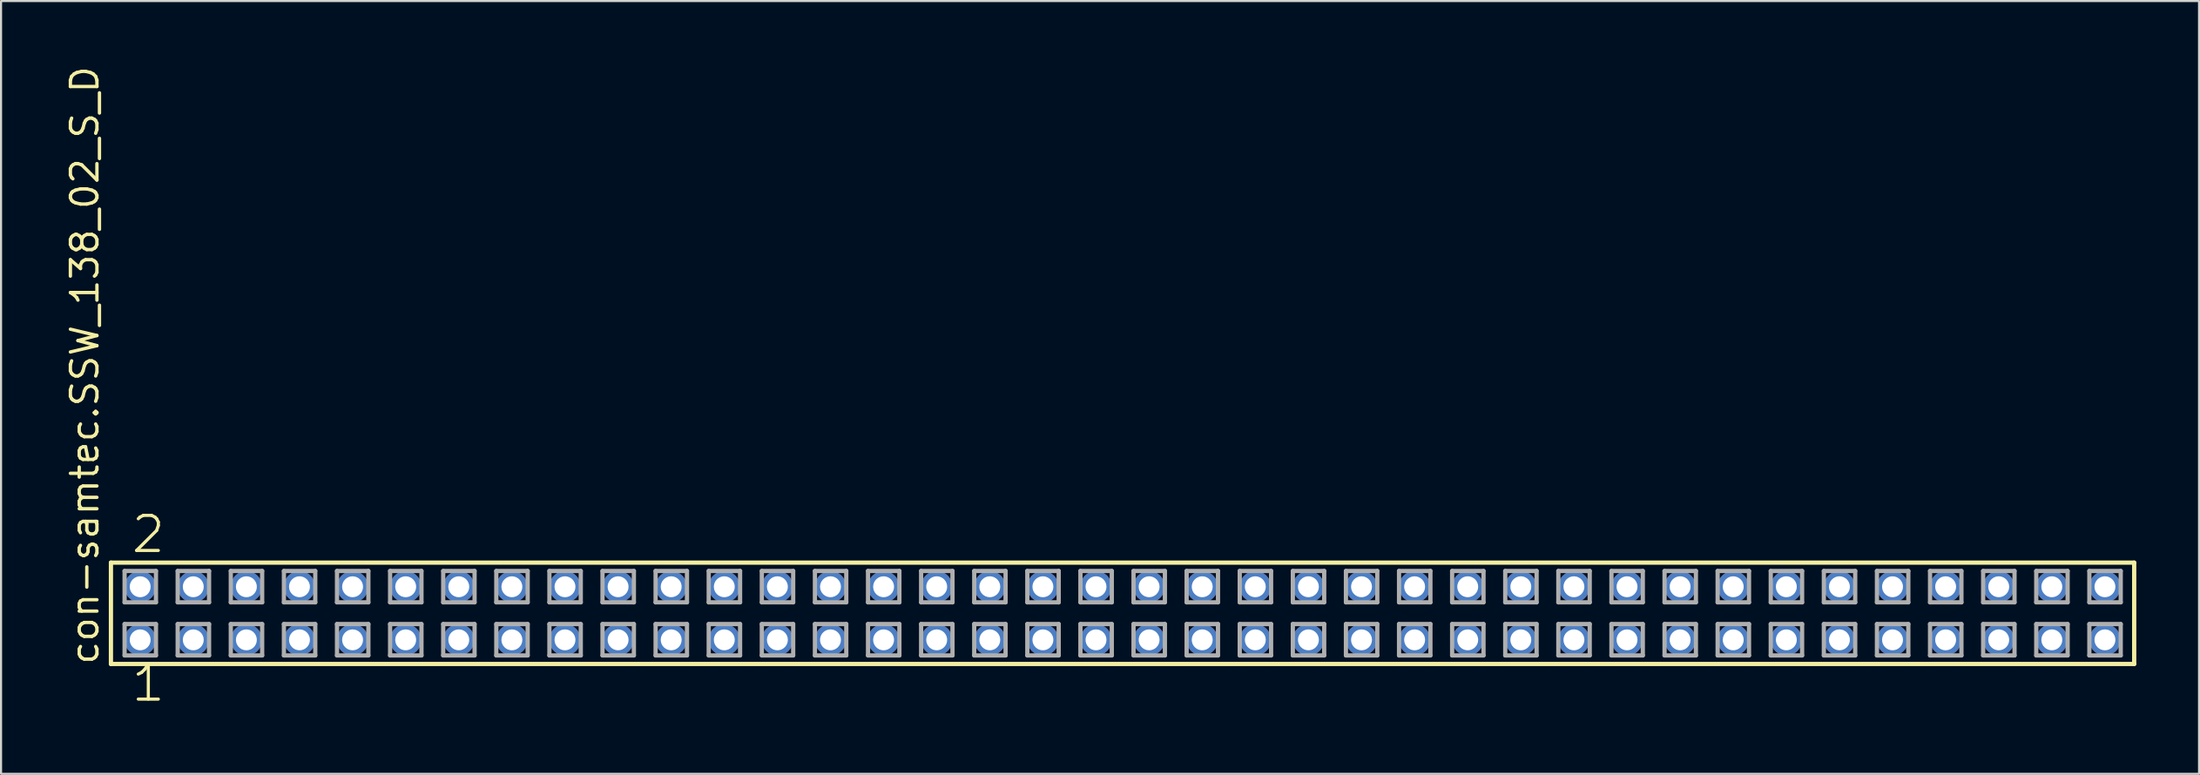
<source format=kicad_pcb>
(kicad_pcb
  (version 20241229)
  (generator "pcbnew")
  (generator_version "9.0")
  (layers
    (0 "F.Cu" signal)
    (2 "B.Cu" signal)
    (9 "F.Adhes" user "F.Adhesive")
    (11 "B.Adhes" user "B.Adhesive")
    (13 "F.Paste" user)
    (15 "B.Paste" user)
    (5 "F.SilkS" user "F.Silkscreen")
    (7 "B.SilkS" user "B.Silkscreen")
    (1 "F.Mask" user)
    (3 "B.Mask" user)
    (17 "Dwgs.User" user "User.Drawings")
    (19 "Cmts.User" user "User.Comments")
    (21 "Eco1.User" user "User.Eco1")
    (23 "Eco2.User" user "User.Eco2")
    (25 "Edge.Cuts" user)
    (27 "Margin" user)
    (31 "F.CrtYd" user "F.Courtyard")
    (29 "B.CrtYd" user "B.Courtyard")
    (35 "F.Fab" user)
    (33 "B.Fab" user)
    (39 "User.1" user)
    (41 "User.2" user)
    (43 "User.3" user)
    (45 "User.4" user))
  (footprint "con-samtec.SSW_138_02_S_D"
    (layer "F.Cu")
    (at 50.645 26.291)
    (property "Reference" "con-samtec.SSW_138_02_S_D" (at -48.895 2.54 90) (layer "F.SilkS") (effects (font (size 1.27 1.27) (thickness 0.16)) (justify left bottom)))
    (attr through_hole)
    (fp_line (start -48.389 -2.425) (end 48.389 -2.425) (stroke (width 0.203) (type default)) (layer "F.SilkS"))
    (fp_line (start -48.389 2.425) (end -48.389 -2.425) (stroke (width 0.203) (type default)) (layer "F.SilkS"))
    (fp_line (start 48.389 -2.425) (end 48.389 2.425) (stroke (width 0.203) (type default)) (layer "F.SilkS"))
    (fp_line (start 48.389 2.425) (end -48.389 2.425) (stroke (width 0.203) (type default)) (layer "F.SilkS"))
    (fp_line (start -47.735 -2.025) (end -46.235 -2.025) (stroke (width 0.203) (type default)) (layer "F.Fab"))
    (fp_line (start -47.735 -0.525) (end -47.735 -2.025) (stroke (width 0.203) (type default)) (layer "F.Fab"))
    (fp_line (start -47.735 0.515) (end -46.235 0.515) (stroke (width 0.203) (type default)) (layer "F.Fab"))
    (fp_line (start -47.735 2.015) (end -47.735 0.515) (stroke (width 0.203) (type default)) (layer "F.Fab"))
    (fp_line (start -46.235 -2.025) (end -46.235 -0.525) (stroke (width 0.203) (type default)) (layer "F.Fab"))
    (fp_line (start -46.235 -0.525) (end -47.735 -0.525) (stroke (width 0.203) (type default)) (layer "F.Fab"))
    (fp_line (start -46.235 0.515) (end -46.235 2.015) (stroke (width 0.203) (type default)) (layer "F.Fab"))
    (fp_line (start -46.235 2.015) (end -47.735 2.015) (stroke (width 0.203) (type default)) (layer "F.Fab"))
    (fp_line (start -45.195 -2.025) (end -43.695 -2.025) (stroke (width 0.203) (type default)) (layer "F.Fab"))
    (fp_line (start -45.195 -0.525) (end -45.195 -2.025) (stroke (width 0.203) (type default)) (layer "F.Fab"))
    (fp_line (start -45.195 0.515) (end -43.695 0.515) (stroke (width 0.203) (type default)) (layer "F.Fab"))
    (fp_line (start -45.195 2.015) (end -45.195 0.515) (stroke (width 0.203) (type default)) (layer "F.Fab"))
    (fp_line (start -43.695 -2.025) (end -43.695 -0.525) (stroke (width 0.203) (type default)) (layer "F.Fab"))
    (fp_line (start -43.695 -0.525) (end -45.195 -0.525) (stroke (width 0.203) (type default)) (layer "F.Fab"))
    (fp_line (start -43.695 0.515) (end -43.695 2.015) (stroke (width 0.203) (type default)) (layer "F.Fab"))
    (fp_line (start -43.695 2.015) (end -45.195 2.015) (stroke (width 0.203) (type default)) (layer "F.Fab"))
    (fp_line (start -42.655 -2.025) (end -41.155 -2.025) (stroke (width 0.203) (type default)) (layer "F.Fab"))
    (fp_line (start -42.655 -0.525) (end -42.655 -2.025) (stroke (width 0.203) (type default)) (layer "F.Fab"))
    (fp_line (start -42.655 0.515) (end -41.155 0.515) (stroke (width 0.203) (type default)) (layer "F.Fab"))
    (fp_line (start -42.655 2.015) (end -42.655 0.515) (stroke (width 0.203) (type default)) (layer "F.Fab"))
    (fp_line (start -41.155 -2.025) (end -41.155 -0.525) (stroke (width 0.203) (type default)) (layer "F.Fab"))
    (fp_line (start -41.155 -0.525) (end -42.655 -0.525) (stroke (width 0.203) (type default)) (layer "F.Fab"))
    (fp_line (start -41.155 0.515) (end -41.155 2.015) (stroke (width 0.203) (type default)) (layer "F.Fab"))
    (fp_line (start -41.155 2.015) (end -42.655 2.015) (stroke (width 0.203) (type default)) (layer "F.Fab"))
    (fp_line (start -40.115 -2.025) (end -38.615 -2.025) (stroke (width 0.203) (type default)) (layer "F.Fab"))
    (fp_line (start -40.115 -0.525) (end -40.115 -2.025) (stroke (width 0.203) (type default)) (layer "F.Fab"))
    (fp_line (start -40.115 0.515) (end -38.615 0.515) (stroke (width 0.203) (type default)) (layer "F.Fab"))
    (fp_line (start -40.115 2.015) (end -40.115 0.515) (stroke (width 0.203) (type default)) (layer "F.Fab"))
    (fp_line (start -38.615 -2.025) (end -38.615 -0.525) (stroke (width 0.203) (type default)) (layer "F.Fab"))
    (fp_line (start -38.615 -0.525) (end -40.115 -0.525) (stroke (width 0.203) (type default)) (layer "F.Fab"))
    (fp_line (start -38.615 0.515) (end -38.615 2.015) (stroke (width 0.203) (type default)) (layer "F.Fab"))
    (fp_line (start -38.615 2.015) (end -40.115 2.015) (stroke (width 0.203) (type default)) (layer "F.Fab"))
    (fp_line (start -37.575 -2.025) (end -36.075 -2.025) (stroke (width 0.203) (type default)) (layer "F.Fab"))
    (fp_line (start -37.575 -0.525) (end -37.575 -2.025) (stroke (width 0.203) (type default)) (layer "F.Fab"))
    (fp_line (start -37.575 0.515) (end -36.075 0.515) (stroke (width 0.203) (type default)) (layer "F.Fab"))
    (fp_line (start -37.575 2.015) (end -37.575 0.515) (stroke (width 0.203) (type default)) (layer "F.Fab"))
    (fp_line (start -36.075 -2.025) (end -36.075 -0.525) (stroke (width 0.203) (type default)) (layer "F.Fab"))
    (fp_line (start -36.075 -0.525) (end -37.575 -0.525) (stroke (width 0.203) (type default)) (layer "F.Fab"))
    (fp_line (start -36.075 0.515) (end -36.075 2.015) (stroke (width 0.203) (type default)) (layer "F.Fab"))
    (fp_line (start -36.075 2.015) (end -37.575 2.015) (stroke (width 0.203) (type default)) (layer "F.Fab"))
    (fp_line (start -35.035 -2.025) (end -33.535 -2.025) (stroke (width 0.203) (type default)) (layer "F.Fab"))
    (fp_line (start -35.035 -0.525) (end -35.035 -2.025) (stroke (width 0.203) (type default)) (layer "F.Fab"))
    (fp_line (start -35.035 0.515) (end -33.535 0.515) (stroke (width 0.203) (type default)) (layer "F.Fab"))
    (fp_line (start -35.035 2.015) (end -35.035 0.515) (stroke (width 0.203) (type default)) (layer "F.Fab"))
    (fp_line (start -33.535 -2.025) (end -33.535 -0.525) (stroke (width 0.203) (type default)) (layer "F.Fab"))
    (fp_line (start -33.535 -0.525) (end -35.035 -0.525) (stroke (width 0.203) (type default)) (layer "F.Fab"))
    (fp_line (start -33.535 0.515) (end -33.535 2.015) (stroke (width 0.203) (type default)) (layer "F.Fab"))
    (fp_line (start -33.535 2.015) (end -35.035 2.015) (stroke (width 0.203) (type default)) (layer "F.Fab"))
    (fp_line (start -32.495 -2.025) (end -30.995 -2.025) (stroke (width 0.203) (type default)) (layer "F.Fab"))
    (fp_line (start -32.495 -0.525) (end -32.495 -2.025) (stroke (width 0.203) (type default)) (layer "F.Fab"))
    (fp_line (start -32.495 0.515) (end -30.995 0.515) (stroke (width 0.203) (type default)) (layer "F.Fab"))
    (fp_line (start -32.495 2.015) (end -32.495 0.515) (stroke (width 0.203) (type default)) (layer "F.Fab"))
    (fp_line (start -30.995 -2.025) (end -30.995 -0.525) (stroke (width 0.203) (type default)) (layer "F.Fab"))
    (fp_line (start -30.995 -0.525) (end -32.495 -0.525) (stroke (width 0.203) (type default)) (layer "F.Fab"))
    (fp_line (start -30.995 0.515) (end -30.995 2.015) (stroke (width 0.203) (type default)) (layer "F.Fab"))
    (fp_line (start -30.995 2.015) (end -32.495 2.015) (stroke (width 0.203) (type default)) (layer "F.Fab"))
    (fp_line (start -29.955 -2.025) (end -28.455 -2.025) (stroke (width 0.203) (type default)) (layer "F.Fab"))
    (fp_line (start -29.955 -0.525) (end -29.955 -2.025) (stroke (width 0.203) (type default)) (layer "F.Fab"))
    (fp_line (start -29.955 0.515) (end -28.455 0.515) (stroke (width 0.203) (type default)) (layer "F.Fab"))
    (fp_line (start -29.955 2.015) (end -29.955 0.515) (stroke (width 0.203) (type default)) (layer "F.Fab"))
    (fp_line (start -28.455 -2.025) (end -28.455 -0.525) (stroke (width 0.203) (type default)) (layer "F.Fab"))
    (fp_line (start -28.455 -0.525) (end -29.955 -0.525) (stroke (width 0.203) (type default)) (layer "F.Fab"))
    (fp_line (start -28.455 0.515) (end -28.455 2.015) (stroke (width 0.203) (type default)) (layer "F.Fab"))
    (fp_line (start -28.455 2.015) (end -29.955 2.015) (stroke (width 0.203) (type default)) (layer "F.Fab"))
    (fp_line (start -27.415 -2.025) (end -25.915 -2.025) (stroke (width 0.203) (type default)) (layer "F.Fab"))
    (fp_line (start -27.415 -0.525) (end -27.415 -2.025) (stroke (width 0.203) (type default)) (layer "F.Fab"))
    (fp_line (start -27.415 0.515) (end -25.915 0.515) (stroke (width 0.203) (type default)) (layer "F.Fab"))
    (fp_line (start -27.415 2.015) (end -27.415 0.515) (stroke (width 0.203) (type default)) (layer "F.Fab"))
    (fp_line (start -25.915 -2.025) (end -25.915 -0.525) (stroke (width 0.203) (type default)) (layer "F.Fab"))
    (fp_line (start -25.915 -0.525) (end -27.415 -0.525) (stroke (width 0.203) (type default)) (layer "F.Fab"))
    (fp_line (start -25.915 0.515) (end -25.915 2.015) (stroke (width 0.203) (type default)) (layer "F.Fab"))
    (fp_line (start -25.915 2.015) (end -27.415 2.015) (stroke (width 0.203) (type default)) (layer "F.Fab"))
    (fp_line (start -24.875 -2.025) (end -23.375 -2.025) (stroke (width 0.203) (type default)) (layer "F.Fab"))
    (fp_line (start -24.875 -0.525) (end -24.875 -2.025) (stroke (width 0.203) (type default)) (layer "F.Fab"))
    (fp_line (start -24.875 0.515) (end -23.375 0.515) (stroke (width 0.203) (type default)) (layer "F.Fab"))
    (fp_line (start -24.875 2.015) (end -24.875 0.515) (stroke (width 0.203) (type default)) (layer "F.Fab"))
    (fp_line (start -23.375 -2.025) (end -23.375 -0.525) (stroke (width 0.203) (type default)) (layer "F.Fab"))
    (fp_line (start -23.375 -0.525) (end -24.875 -0.525) (stroke (width 0.203) (type default)) (layer "F.Fab"))
    (fp_line (start -23.375 0.515) (end -23.375 2.015) (stroke (width 0.203) (type default)) (layer "F.Fab"))
    (fp_line (start -23.375 2.015) (end -24.875 2.015) (stroke (width 0.203) (type default)) (layer "F.Fab"))
    (fp_line (start -22.335 -2.025) (end -20.835 -2.025) (stroke (width 0.203) (type default)) (layer "F.Fab"))
    (fp_line (start -22.335 -0.525) (end -22.335 -2.025) (stroke (width 0.203) (type default)) (layer "F.Fab"))
    (fp_line (start -22.335 0.515) (end -20.835 0.515) (stroke (width 0.203) (type default)) (layer "F.Fab"))
    (fp_line (start -22.335 2.015) (end -22.335 0.515) (stroke (width 0.203) (type default)) (layer "F.Fab"))
    (fp_line (start -20.835 -2.025) (end -20.835 -0.525) (stroke (width 0.203) (type default)) (layer "F.Fab"))
    (fp_line (start -20.835 -0.525) (end -22.335 -0.525) (stroke (width 0.203) (type default)) (layer "F.Fab"))
    (fp_line (start -20.835 0.515) (end -20.835 2.015) (stroke (width 0.203) (type default)) (layer "F.Fab"))
    (fp_line (start -20.835 2.015) (end -22.335 2.015) (stroke (width 0.203) (type default)) (layer "F.Fab"))
    (fp_line (start -19.795 -2.025) (end -18.295 -2.025) (stroke (width 0.203) (type default)) (layer "F.Fab"))
    (fp_line (start -19.795 -0.525) (end -19.795 -2.025) (stroke (width 0.203) (type default)) (layer "F.Fab"))
    (fp_line (start -19.795 0.515) (end -18.295 0.515) (stroke (width 0.203) (type default)) (layer "F.Fab"))
    (fp_line (start -19.795 2.015) (end -19.795 0.515) (stroke (width 0.203) (type default)) (layer "F.Fab"))
    (fp_line (start -18.295 -2.025) (end -18.295 -0.525) (stroke (width 0.203) (type default)) (layer "F.Fab"))
    (fp_line (start -18.295 -0.525) (end -19.795 -0.525) (stroke (width 0.203) (type default)) (layer "F.Fab"))
    (fp_line (start -18.295 0.515) (end -18.295 2.015) (stroke (width 0.203) (type default)) (layer "F.Fab"))
    (fp_line (start -18.295 2.015) (end -19.795 2.015) (stroke (width 0.203) (type default)) (layer "F.Fab"))
    (fp_line (start -17.255 -2.025) (end -15.755 -2.025) (stroke (width 0.203) (type default)) (layer "F.Fab"))
    (fp_line (start -17.255 -0.525) (end -17.255 -2.025) (stroke (width 0.203) (type default)) (layer "F.Fab"))
    (fp_line (start -17.255 0.515) (end -15.755 0.515) (stroke (width 0.203) (type default)) (layer "F.Fab"))
    (fp_line (start -17.255 2.015) (end -17.255 0.515) (stroke (width 0.203) (type default)) (layer "F.Fab"))
    (fp_line (start -15.755 -2.025) (end -15.755 -0.525) (stroke (width 0.203) (type default)) (layer "F.Fab"))
    (fp_line (start -15.755 -0.525) (end -17.255 -0.525) (stroke (width 0.203) (type default)) (layer "F.Fab"))
    (fp_line (start -15.755 0.515) (end -15.755 2.015) (stroke (width 0.203) (type default)) (layer "F.Fab"))
    (fp_line (start -15.755 2.015) (end -17.255 2.015) (stroke (width 0.203) (type default)) (layer "F.Fab"))
    (fp_line (start -14.715 -2.025) (end -13.215 -2.025) (stroke (width 0.203) (type default)) (layer "F.Fab"))
    (fp_line (start -14.715 -0.525) (end -14.715 -2.025) (stroke (width 0.203) (type default)) (layer "F.Fab"))
    (fp_line (start -14.715 0.515) (end -13.215 0.515) (stroke (width 0.203) (type default)) (layer "F.Fab"))
    (fp_line (start -14.715 2.015) (end -14.715 0.515) (stroke (width 0.203) (type default)) (layer "F.Fab"))
    (fp_line (start -13.215 -2.025) (end -13.215 -0.525) (stroke (width 0.203) (type default)) (layer "F.Fab"))
    (fp_line (start -13.215 -0.525) (end -14.715 -0.525) (stroke (width 0.203) (type default)) (layer "F.Fab"))
    (fp_line (start -13.215 0.515) (end -13.215 2.015) (stroke (width 0.203) (type default)) (layer "F.Fab"))
    (fp_line (start -13.215 2.015) (end -14.715 2.015) (stroke (width 0.203) (type default)) (layer "F.Fab"))
    (fp_line (start -12.175 -2.025) (end -10.675 -2.025) (stroke (width 0.203) (type default)) (layer "F.Fab"))
    (fp_line (start -12.175 -0.525) (end -12.175 -2.025) (stroke (width 0.203) (type default)) (layer "F.Fab"))
    (fp_line (start -12.175 0.515) (end -10.675 0.515) (stroke (width 0.203) (type default)) (layer "F.Fab"))
    (fp_line (start -12.175 2.015) (end -12.175 0.515) (stroke (width 0.203) (type default)) (layer "F.Fab"))
    (fp_line (start -10.675 -2.025) (end -10.675 -0.525) (stroke (width 0.203) (type default)) (layer "F.Fab"))
    (fp_line (start -10.675 -0.525) (end -12.175 -0.525) (stroke (width 0.203) (type default)) (layer "F.Fab"))
    (fp_line (start -10.675 0.515) (end -10.675 2.015) (stroke (width 0.203) (type default)) (layer "F.Fab"))
    (fp_line (start -10.675 2.015) (end -12.175 2.015) (stroke (width 0.203) (type default)) (layer "F.Fab"))
    (fp_line (start -9.635 -2.025) (end -8.135 -2.025) (stroke (width 0.203) (type default)) (layer "F.Fab"))
    (fp_line (start -9.635 -0.525) (end -9.635 -2.025) (stroke (width 0.203) (type default)) (layer "F.Fab"))
    (fp_line (start -9.635 0.515) (end -8.135 0.515) (stroke (width 0.203) (type default)) (layer "F.Fab"))
    (fp_line (start -9.635 2.015) (end -9.635 0.515) (stroke (width 0.203) (type default)) (layer "F.Fab"))
    (fp_line (start -8.135 -2.025) (end -8.135 -0.525) (stroke (width 0.203) (type default)) (layer "F.Fab"))
    (fp_line (start -8.135 -0.525) (end -9.635 -0.525) (stroke (width 0.203) (type default)) (layer "F.Fab"))
    (fp_line (start -8.135 0.515) (end -8.135 2.015) (stroke (width 0.203) (type default)) (layer "F.Fab"))
    (fp_line (start -8.135 2.015) (end -9.635 2.015) (stroke (width 0.203) (type default)) (layer "F.Fab"))
    (fp_line (start -7.095 -2.025) (end -5.595 -2.025) (stroke (width 0.203) (type default)) (layer "F.Fab"))
    (fp_line (start -7.095 -0.525) (end -7.095 -2.025) (stroke (width 0.203) (type default)) (layer "F.Fab"))
    (fp_line (start -7.095 0.515) (end -5.595 0.515) (stroke (width 0.203) (type default)) (layer "F.Fab"))
    (fp_line (start -7.095 2.015) (end -7.095 0.515) (stroke (width 0.203) (type default)) (layer "F.Fab"))
    (fp_line (start -5.595 -2.025) (end -5.595 -0.525) (stroke (width 0.203) (type default)) (layer "F.Fab"))
    (fp_line (start -5.595 -0.525) (end -7.095 -0.525) (stroke (width 0.203) (type default)) (layer "F.Fab"))
    (fp_line (start -5.595 0.515) (end -5.595 2.015) (stroke (width 0.203) (type default)) (layer "F.Fab"))
    (fp_line (start -5.595 2.015) (end -7.095 2.015) (stroke (width 0.203) (type default)) (layer "F.Fab"))
    (fp_line (start -4.555 -2.025) (end -3.055 -2.025) (stroke (width 0.203) (type default)) (layer "F.Fab"))
    (fp_line (start -4.555 -0.525) (end -4.555 -2.025) (stroke (width 0.203) (type default)) (layer "F.Fab"))
    (fp_line (start -4.555 0.515) (end -3.055 0.515) (stroke (width 0.203) (type default)) (layer "F.Fab"))
    (fp_line (start -4.555 2.015) (end -4.555 0.515) (stroke (width 0.203) (type default)) (layer "F.Fab"))
    (fp_line (start -3.055 -2.025) (end -3.055 -0.525) (stroke (width 0.203) (type default)) (layer "F.Fab"))
    (fp_line (start -3.055 -0.525) (end -4.555 -0.525) (stroke (width 0.203) (type default)) (layer "F.Fab"))
    (fp_line (start -3.055 0.515) (end -3.055 2.015) (stroke (width 0.203) (type default)) (layer "F.Fab"))
    (fp_line (start -3.055 2.015) (end -4.555 2.015) (stroke (width 0.203) (type default)) (layer "F.Fab"))
    (fp_line (start -2.015 -2.025) (end -0.515 -2.025) (stroke (width 0.203) (type default)) (layer "F.Fab"))
    (fp_line (start -2.015 -0.525) (end -2.015 -2.025) (stroke (width 0.203) (type default)) (layer "F.Fab"))
    (fp_line (start -2.015 0.515) (end -0.515 0.515) (stroke (width 0.203) (type default)) (layer "F.Fab"))
    (fp_line (start -2.015 2.015) (end -2.015 0.515) (stroke (width 0.203) (type default)) (layer "F.Fab"))
    (fp_line (start -0.515 -2.025) (end -0.515 -0.525) (stroke (width 0.203) (type default)) (layer "F.Fab"))
    (fp_line (start -0.515 -0.525) (end -2.015 -0.525) (stroke (width 0.203) (type default)) (layer "F.Fab"))
    (fp_line (start -0.515 0.515) (end -0.515 2.015) (stroke (width 0.203) (type default)) (layer "F.Fab"))
    (fp_line (start -0.515 2.015) (end -2.015 2.015) (stroke (width 0.203) (type default)) (layer "F.Fab"))
    (fp_line (start 0.525 -2.025) (end 2.025 -2.025) (stroke (width 0.203) (type default)) (layer "F.Fab"))
    (fp_line (start 0.525 -0.525) (end 0.525 -2.025) (stroke (width 0.203) (type default)) (layer "F.Fab"))
    (fp_line (start 0.525 0.515) (end 2.025 0.515) (stroke (width 0.203) (type default)) (layer "F.Fab"))
    (fp_line (start 0.525 2.015) (end 0.525 0.515) (stroke (width 0.203) (type default)) (layer "F.Fab"))
    (fp_line (start 2.025 -2.025) (end 2.025 -0.525) (stroke (width 0.203) (type default)) (layer "F.Fab"))
    (fp_line (start 2.025 -0.525) (end 0.525 -0.525) (stroke (width 0.203) (type default)) (layer "F.Fab"))
    (fp_line (start 2.025 0.515) (end 2.025 2.015) (stroke (width 0.203) (type default)) (layer "F.Fab"))
    (fp_line (start 2.025 2.015) (end 0.525 2.015) (stroke (width 0.203) (type default)) (layer "F.Fab"))
    (fp_line (start 3.065 -2.025) (end 4.565 -2.025) (stroke (width 0.203) (type default)) (layer "F.Fab"))
    (fp_line (start 3.065 -0.525) (end 3.065 -2.025) (stroke (width 0.203) (type default)) (layer "F.Fab"))
    (fp_line (start 3.065 0.515) (end 4.565 0.515) (stroke (width 0.203) (type default)) (layer "F.Fab"))
    (fp_line (start 3.065 2.015) (end 3.065 0.515) (stroke (width 0.203) (type default)) (layer "F.Fab"))
    (fp_line (start 4.565 -2.025) (end 4.565 -0.525) (stroke (width 0.203) (type default)) (layer "F.Fab"))
    (fp_line (start 4.565 -0.525) (end 3.065 -0.525) (stroke (width 0.203) (type default)) (layer "F.Fab"))
    (fp_line (start 4.565 0.515) (end 4.565 2.015) (stroke (width 0.203) (type default)) (layer "F.Fab"))
    (fp_line (start 4.565 2.015) (end 3.065 2.015) (stroke (width 0.203) (type default)) (layer "F.Fab"))
    (fp_line (start 5.605 -2.025) (end 7.105 -2.025) (stroke (width 0.203) (type default)) (layer "F.Fab"))
    (fp_line (start 5.605 -0.525) (end 5.605 -2.025) (stroke (width 0.203) (type default)) (layer "F.Fab"))
    (fp_line (start 5.605 0.515) (end 7.105 0.515) (stroke (width 0.203) (type default)) (layer "F.Fab"))
    (fp_line (start 5.605 2.015) (end 5.605 0.515) (stroke (width 0.203) (type default)) (layer "F.Fab"))
    (fp_line (start 7.105 -2.025) (end 7.105 -0.525) (stroke (width 0.203) (type default)) (layer "F.Fab"))
    (fp_line (start 7.105 -0.525) (end 5.605 -0.525) (stroke (width 0.203) (type default)) (layer "F.Fab"))
    (fp_line (start 7.105 0.515) (end 7.105 2.015) (stroke (width 0.203) (type default)) (layer "F.Fab"))
    (fp_line (start 7.105 2.015) (end 5.605 2.015) (stroke (width 0.203) (type default)) (layer "F.Fab"))
    (fp_line (start 8.145 -2.025) (end 9.645 -2.025) (stroke (width 0.203) (type default)) (layer "F.Fab"))
    (fp_line (start 8.145 -0.525) (end 8.145 -2.025) (stroke (width 0.203) (type default)) (layer "F.Fab"))
    (fp_line (start 8.145 0.515) (end 9.645 0.515) (stroke (width 0.203) (type default)) (layer "F.Fab"))
    (fp_line (start 8.145 2.015) (end 8.145 0.515) (stroke (width 0.203) (type default)) (layer "F.Fab"))
    (fp_line (start 9.645 -2.025) (end 9.645 -0.525) (stroke (width 0.203) (type default)) (layer "F.Fab"))
    (fp_line (start 9.645 -0.525) (end 8.145 -0.525) (stroke (width 0.203) (type default)) (layer "F.Fab"))
    (fp_line (start 9.645 0.515) (end 9.645 2.015) (stroke (width 0.203) (type default)) (layer "F.Fab"))
    (fp_line (start 9.645 2.015) (end 8.145 2.015) (stroke (width 0.203) (type default)) (layer "F.Fab"))
    (fp_line (start 10.685 -2.025) (end 12.185 -2.025) (stroke (width 0.203) (type default)) (layer "F.Fab"))
    (fp_line (start 10.685 -0.525) (end 10.685 -2.025) (stroke (width 0.203) (type default)) (layer "F.Fab"))
    (fp_line (start 10.685 0.515) (end 12.185 0.515) (stroke (width 0.203) (type default)) (layer "F.Fab"))
    (fp_line (start 10.685 2.015) (end 10.685 0.515) (stroke (width 0.203) (type default)) (layer "F.Fab"))
    (fp_line (start 12.185 -2.025) (end 12.185 -0.525) (stroke (width 0.203) (type default)) (layer "F.Fab"))
    (fp_line (start 12.185 -0.525) (end 10.685 -0.525) (stroke (width 0.203) (type default)) (layer "F.Fab"))
    (fp_line (start 12.185 0.515) (end 12.185 2.015) (stroke (width 0.203) (type default)) (layer "F.Fab"))
    (fp_line (start 12.185 2.015) (end 10.685 2.015) (stroke (width 0.203) (type default)) (layer "F.Fab"))
    (fp_line (start 13.225 -2.025) (end 14.725 -2.025) (stroke (width 0.203) (type default)) (layer "F.Fab"))
    (fp_line (start 13.225 -0.525) (end 13.225 -2.025) (stroke (width 0.203) (type default)) (layer "F.Fab"))
    (fp_line (start 13.225 0.515) (end 14.725 0.515) (stroke (width 0.203) (type default)) (layer "F.Fab"))
    (fp_line (start 13.225 2.015) (end 13.225 0.515) (stroke (width 0.203) (type default)) (layer "F.Fab"))
    (fp_line (start 14.725 -2.025) (end 14.725 -0.525) (stroke (width 0.203) (type default)) (layer "F.Fab"))
    (fp_line (start 14.725 -0.525) (end 13.225 -0.525) (stroke (width 0.203) (type default)) (layer "F.Fab"))
    (fp_line (start 14.725 0.515) (end 14.725 2.015) (stroke (width 0.203) (type default)) (layer "F.Fab"))
    (fp_line (start 14.725 2.015) (end 13.225 2.015) (stroke (width 0.203) (type default)) (layer "F.Fab"))
    (fp_line (start 15.765 -2.025) (end 17.265 -2.025) (stroke (width 0.203) (type default)) (layer "F.Fab"))
    (fp_line (start 15.765 -0.525) (end 15.765 -2.025) (stroke (width 0.203) (type default)) (layer "F.Fab"))
    (fp_line (start 15.765 0.515) (end 17.265 0.515) (stroke (width 0.203) (type default)) (layer "F.Fab"))
    (fp_line (start 15.765 2.015) (end 15.765 0.515) (stroke (width 0.203) (type default)) (layer "F.Fab"))
    (fp_line (start 17.265 -2.025) (end 17.265 -0.525) (stroke (width 0.203) (type default)) (layer "F.Fab"))
    (fp_line (start 17.265 -0.525) (end 15.765 -0.525) (stroke (width 0.203) (type default)) (layer "F.Fab"))
    (fp_line (start 17.265 0.515) (end 17.265 2.015) (stroke (width 0.203) (type default)) (layer "F.Fab"))
    (fp_line (start 17.265 2.015) (end 15.765 2.015) (stroke (width 0.203) (type default)) (layer "F.Fab"))
    (fp_line (start 18.305 -2.025) (end 19.805 -2.025) (stroke (width 0.203) (type default)) (layer "F.Fab"))
    (fp_line (start 18.305 -0.525) (end 18.305 -2.025) (stroke (width 0.203) (type default)) (layer "F.Fab"))
    (fp_line (start 18.305 0.515) (end 19.805 0.515) (stroke (width 0.203) (type default)) (layer "F.Fab"))
    (fp_line (start 18.305 2.015) (end 18.305 0.515) (stroke (width 0.203) (type default)) (layer "F.Fab"))
    (fp_line (start 19.805 -2.025) (end 19.805 -0.525) (stroke (width 0.203) (type default)) (layer "F.Fab"))
    (fp_line (start 19.805 -0.525) (end 18.305 -0.525) (stroke (width 0.203) (type default)) (layer "F.Fab"))
    (fp_line (start 19.805 0.515) (end 19.805 2.015) (stroke (width 0.203) (type default)) (layer "F.Fab"))
    (fp_line (start 19.805 2.015) (end 18.305 2.015) (stroke (width 0.203) (type default)) (layer "F.Fab"))
    (fp_line (start 20.845 -2.025) (end 22.345 -2.025) (stroke (width 0.203) (type default)) (layer "F.Fab"))
    (fp_line (start 20.845 -0.525) (end 20.845 -2.025) (stroke (width 0.203) (type default)) (layer "F.Fab"))
    (fp_line (start 20.845 0.515) (end 22.345 0.515) (stroke (width 0.203) (type default)) (layer "F.Fab"))
    (fp_line (start 20.845 2.015) (end 20.845 0.515) (stroke (width 0.203) (type default)) (layer "F.Fab"))
    (fp_line (start 22.345 -2.025) (end 22.345 -0.525) (stroke (width 0.203) (type default)) (layer "F.Fab"))
    (fp_line (start 22.345 -0.525) (end 20.845 -0.525) (stroke (width 0.203) (type default)) (layer "F.Fab"))
    (fp_line (start 22.345 0.515) (end 22.345 2.015) (stroke (width 0.203) (type default)) (layer "F.Fab"))
    (fp_line (start 22.345 2.015) (end 20.845 2.015) (stroke (width 0.203) (type default)) (layer "F.Fab"))
    (fp_line (start 23.385 -2.025) (end 24.885 -2.025) (stroke (width 0.203) (type default)) (layer "F.Fab"))
    (fp_line (start 23.385 -0.525) (end 23.385 -2.025) (stroke (width 0.203) (type default)) (layer "F.Fab"))
    (fp_line (start 23.385 0.515) (end 24.885 0.515) (stroke (width 0.203) (type default)) (layer "F.Fab"))
    (fp_line (start 23.385 2.015) (end 23.385 0.515) (stroke (width 0.203) (type default)) (layer "F.Fab"))
    (fp_line (start 24.885 -2.025) (end 24.885 -0.525) (stroke (width 0.203) (type default)) (layer "F.Fab"))
    (fp_line (start 24.885 -0.525) (end 23.385 -0.525) (stroke (width 0.203) (type default)) (layer "F.Fab"))
    (fp_line (start 24.885 0.515) (end 24.885 2.015) (stroke (width 0.203) (type default)) (layer "F.Fab"))
    (fp_line (start 24.885 2.015) (end 23.385 2.015) (stroke (width 0.203) (type default)) (layer "F.Fab"))
    (fp_line (start 25.925 -2.025) (end 27.425 -2.025) (stroke (width 0.203) (type default)) (layer "F.Fab"))
    (fp_line (start 25.925 -0.525) (end 25.925 -2.025) (stroke (width 0.203) (type default)) (layer "F.Fab"))
    (fp_line (start 25.925 0.515) (end 27.425 0.515) (stroke (width 0.203) (type default)) (layer "F.Fab"))
    (fp_line (start 25.925 2.015) (end 25.925 0.515) (stroke (width 0.203) (type default)) (layer "F.Fab"))
    (fp_line (start 27.425 -2.025) (end 27.425 -0.525) (stroke (width 0.203) (type default)) (layer "F.Fab"))
    (fp_line (start 27.425 -0.525) (end 25.925 -0.525) (stroke (width 0.203) (type default)) (layer "F.Fab"))
    (fp_line (start 27.425 0.515) (end 27.425 2.015) (stroke (width 0.203) (type default)) (layer "F.Fab"))
    (fp_line (start 27.425 2.015) (end 25.925 2.015) (stroke (width 0.203) (type default)) (layer "F.Fab"))
    (fp_line (start 28.465 -2.025) (end 29.965 -2.025) (stroke (width 0.203) (type default)) (layer "F.Fab"))
    (fp_line (start 28.465 -0.525) (end 28.465 -2.025) (stroke (width 0.203) (type default)) (layer "F.Fab"))
    (fp_line (start 28.465 0.515) (end 29.965 0.515) (stroke (width 0.203) (type default)) (layer "F.Fab"))
    (fp_line (start 28.465 2.015) (end 28.465 0.515) (stroke (width 0.203) (type default)) (layer "F.Fab"))
    (fp_line (start 29.965 -2.025) (end 29.965 -0.525) (stroke (width 0.203) (type default)) (layer "F.Fab"))
    (fp_line (start 29.965 -0.525) (end 28.465 -0.525) (stroke (width 0.203) (type default)) (layer "F.Fab"))
    (fp_line (start 29.965 0.515) (end 29.965 2.015) (stroke (width 0.203) (type default)) (layer "F.Fab"))
    (fp_line (start 29.965 2.015) (end 28.465 2.015) (stroke (width 0.203) (type default)) (layer "F.Fab"))
    (fp_line (start 31.005 -2.025) (end 32.505 -2.025) (stroke (width 0.203) (type default)) (layer "F.Fab"))
    (fp_line (start 31.005 -0.525) (end 31.005 -2.025) (stroke (width 0.203) (type default)) (layer "F.Fab"))
    (fp_line (start 31.005 0.515) (end 32.505 0.515) (stroke (width 0.203) (type default)) (layer "F.Fab"))
    (fp_line (start 31.005 2.015) (end 31.005 0.515) (stroke (width 0.203) (type default)) (layer "F.Fab"))
    (fp_line (start 32.505 -2.025) (end 32.505 -0.525) (stroke (width 0.203) (type default)) (layer "F.Fab"))
    (fp_line (start 32.505 -0.525) (end 31.005 -0.525) (stroke (width 0.203) (type default)) (layer "F.Fab"))
    (fp_line (start 32.505 0.515) (end 32.505 2.015) (stroke (width 0.203) (type default)) (layer "F.Fab"))
    (fp_line (start 32.505 2.015) (end 31.005 2.015) (stroke (width 0.203) (type default)) (layer "F.Fab"))
    (fp_line (start 33.545 -2.025) (end 35.045 -2.025) (stroke (width 0.203) (type default)) (layer "F.Fab"))
    (fp_line (start 33.545 -0.525) (end 33.545 -2.025) (stroke (width 0.203) (type default)) (layer "F.Fab"))
    (fp_line (start 33.545 0.515) (end 35.045 0.515) (stroke (width 0.203) (type default)) (layer "F.Fab"))
    (fp_line (start 33.545 2.015) (end 33.545 0.515) (stroke (width 0.203) (type default)) (layer "F.Fab"))
    (fp_line (start 35.045 -2.025) (end 35.045 -0.525) (stroke (width 0.203) (type default)) (layer "F.Fab"))
    (fp_line (start 35.045 -0.525) (end 33.545 -0.525) (stroke (width 0.203) (type default)) (layer "F.Fab"))
    (fp_line (start 35.045 0.515) (end 35.045 2.015) (stroke (width 0.203) (type default)) (layer "F.Fab"))
    (fp_line (start 35.045 2.015) (end 33.545 2.015) (stroke (width 0.203) (type default)) (layer "F.Fab"))
    (fp_line (start 36.085 -2.025) (end 37.585 -2.025) (stroke (width 0.203) (type default)) (layer "F.Fab"))
    (fp_line (start 36.085 -0.525) (end 36.085 -2.025) (stroke (width 0.203) (type default)) (layer "F.Fab"))
    (fp_line (start 36.085 0.515) (end 37.585 0.515) (stroke (width 0.203) (type default)) (layer "F.Fab"))
    (fp_line (start 36.085 2.015) (end 36.085 0.515) (stroke (width 0.203) (type default)) (layer "F.Fab"))
    (fp_line (start 37.585 -2.025) (end 37.585 -0.525) (stroke (width 0.203) (type default)) (layer "F.Fab"))
    (fp_line (start 37.585 -0.525) (end 36.085 -0.525) (stroke (width 0.203) (type default)) (layer "F.Fab"))
    (fp_line (start 37.585 0.515) (end 37.585 2.015) (stroke (width 0.203) (type default)) (layer "F.Fab"))
    (fp_line (start 37.585 2.015) (end 36.085 2.015) (stroke (width 0.203) (type default)) (layer "F.Fab"))
    (fp_line (start 38.625 -2.025) (end 40.125 -2.025) (stroke (width 0.203) (type default)) (layer "F.Fab"))
    (fp_line (start 38.625 -0.525) (end 38.625 -2.025) (stroke (width 0.203) (type default)) (layer "F.Fab"))
    (fp_line (start 38.625 0.515) (end 40.125 0.515) (stroke (width 0.203) (type default)) (layer "F.Fab"))
    (fp_line (start 38.625 2.015) (end 38.625 0.515) (stroke (width 0.203) (type default)) (layer "F.Fab"))
    (fp_line (start 40.125 -2.025) (end 40.125 -0.525) (stroke (width 0.203) (type default)) (layer "F.Fab"))
    (fp_line (start 40.125 -0.525) (end 38.625 -0.525) (stroke (width 0.203) (type default)) (layer "F.Fab"))
    (fp_line (start 40.125 0.515) (end 40.125 2.015) (stroke (width 0.203) (type default)) (layer "F.Fab"))
    (fp_line (start 40.125 2.015) (end 38.625 2.015) (stroke (width 0.203) (type default)) (layer "F.Fab"))
    (fp_line (start 41.165 -2.025) (end 42.665 -2.025) (stroke (width 0.203) (type default)) (layer "F.Fab"))
    (fp_line (start 41.165 -0.525) (end 41.165 -2.025) (stroke (width 0.203) (type default)) (layer "F.Fab"))
    (fp_line (start 41.165 0.515) (end 42.665 0.515) (stroke (width 0.203) (type default)) (layer "F.Fab"))
    (fp_line (start 41.165 2.015) (end 41.165 0.515) (stroke (width 0.203) (type default)) (layer "F.Fab"))
    (fp_line (start 42.665 -2.025) (end 42.665 -0.525) (stroke (width 0.203) (type default)) (layer "F.Fab"))
    (fp_line (start 42.665 -0.525) (end 41.165 -0.525) (stroke (width 0.203) (type default)) (layer "F.Fab"))
    (fp_line (start 42.665 0.515) (end 42.665 2.015) (stroke (width 0.203) (type default)) (layer "F.Fab"))
    (fp_line (start 42.665 2.015) (end 41.165 2.015) (stroke (width 0.203) (type default)) (layer "F.Fab"))
    (fp_line (start 43.705 -2.025) (end 45.205 -2.025) (stroke (width 0.203) (type default)) (layer "F.Fab"))
    (fp_line (start 43.705 -0.525) (end 43.705 -2.025) (stroke (width 0.203) (type default)) (layer "F.Fab"))
    (fp_line (start 43.705 0.515) (end 45.205 0.515) (stroke (width 0.203) (type default)) (layer "F.Fab"))
    (fp_line (start 43.705 2.015) (end 43.705 0.515) (stroke (width 0.203) (type default)) (layer "F.Fab"))
    (fp_line (start 45.205 -2.025) (end 45.205 -0.525) (stroke (width 0.203) (type default)) (layer "F.Fab"))
    (fp_line (start 45.205 -0.525) (end 43.705 -0.525) (stroke (width 0.203) (type default)) (layer "F.Fab"))
    (fp_line (start 45.205 0.515) (end 45.205 2.015) (stroke (width 0.203) (type default)) (layer "F.Fab"))
    (fp_line (start 45.205 2.015) (end 43.705 2.015) (stroke (width 0.203) (type default)) (layer "F.Fab"))
    (fp_line (start 46.245 -2.025) (end 47.745 -2.025) (stroke (width 0.203) (type default)) (layer "F.Fab"))
    (fp_line (start 46.245 -0.525) (end 46.245 -2.025) (stroke (width 0.203) (type default)) (layer "F.Fab"))
    (fp_line (start 46.245 0.515) (end 47.745 0.515) (stroke (width 0.203) (type default)) (layer "F.Fab"))
    (fp_line (start 46.245 2.015) (end 46.245 0.515) (stroke (width 0.203) (type default)) (layer "F.Fab"))
    (fp_line (start 47.745 -2.025) (end 47.745 -0.525) (stroke (width 0.203) (type default)) (layer "F.Fab"))
    (fp_line (start 47.745 -0.525) (end 46.245 -0.525) (stroke (width 0.203) (type default)) (layer "F.Fab"))
    (fp_line (start 47.745 0.515) (end 47.745 2.015) (stroke (width 0.203) (type default)) (layer "F.Fab"))
    (fp_line (start 47.745 2.015) (end 46.245 2.015) (stroke (width 0.203) (type default)) (layer "F.Fab"))
    (fp_text user "1" (at -47.498 4.318 0) (layer "F.SilkS") (effects (font (size 1.676 1.676) (thickness 0.15)) (justify left bottom)))
    (fp_text user "2" (at -47.498 -2.794 0) (layer "F.SilkS") (effects (font (size 1.676 1.676) (thickness 0.15)) (justify left bottom)))
    (pad "1" thru_hole circle (at -46.99 1.27) (size 1.5 1.5) (drill 1) (layers "*.Cu" "*.Mask"))
    (pad "2" thru_hole circle (at -46.99 -1.27) (size 1.5 1.5) (drill 1) (layers "*.Cu" "*.Mask"))
    (pad "3" thru_hole circle (at -44.45 1.27) (size 1.5 1.5) (drill 1) (layers "*.Cu" "*.Mask"))
    (pad "4" thru_hole circle (at -44.45 -1.27) (size 1.5 1.5) (drill 1) (layers "*.Cu" "*.Mask"))
    (pad "5" thru_hole circle (at -41.91 1.27) (size 1.5 1.5) (drill 1) (layers "*.Cu" "*.Mask"))
    (pad "6" thru_hole circle (at -41.91 -1.27) (size 1.5 1.5) (drill 1) (layers "*.Cu" "*.Mask"))
    (pad "7" thru_hole circle (at -39.37 1.27) (size 1.5 1.5) (drill 1) (layers "*.Cu" "*.Mask"))
    (pad "8" thru_hole circle (at -39.37 -1.27) (size 1.5 1.5) (drill 1) (layers "*.Cu" "*.Mask"))
    (pad "9" thru_hole circle (at -36.83 1.27) (size 1.5 1.5) (drill 1) (layers "*.Cu" "*.Mask"))
    (pad "10" thru_hole circle (at -36.83 -1.27) (size 1.5 1.5) (drill 1) (layers "*.Cu" "*.Mask"))
    (pad "11" thru_hole circle (at -34.29 1.27) (size 1.5 1.5) (drill 1) (layers "*.Cu" "*.Mask"))
    (pad "12" thru_hole circle (at -34.29 -1.27) (size 1.5 1.5) (drill 1) (layers "*.Cu" "*.Mask"))
    (pad "13" thru_hole circle (at -31.75 1.27) (size 1.5 1.5) (drill 1) (layers "*.Cu" "*.Mask"))
    (pad "14" thru_hole circle (at -31.75 -1.27) (size 1.5 1.5) (drill 1) (layers "*.Cu" "*.Mask"))
    (pad "15" thru_hole circle (at -29.21 1.27) (size 1.5 1.5) (drill 1) (layers "*.Cu" "*.Mask"))
    (pad "16" thru_hole circle (at -29.21 -1.27) (size 1.5 1.5) (drill 1) (layers "*.Cu" "*.Mask"))
    (pad "17" thru_hole circle (at -26.67 1.27) (size 1.5 1.5) (drill 1) (layers "*.Cu" "*.Mask"))
    (pad "18" thru_hole circle (at -26.67 -1.27) (size 1.5 1.5) (drill 1) (layers "*.Cu" "*.Mask"))
    (pad "19" thru_hole circle (at -24.13 1.27) (size 1.5 1.5) (drill 1) (layers "*.Cu" "*.Mask"))
    (pad "20" thru_hole circle (at -24.13 -1.27) (size 1.5 1.5) (drill 1) (layers "*.Cu" "*.Mask"))
    (pad "21" thru_hole circle (at -21.59 1.27) (size 1.5 1.5) (drill 1) (layers "*.Cu" "*.Mask"))
    (pad "22" thru_hole circle (at -21.59 -1.27) (size 1.5 1.5) (drill 1) (layers "*.Cu" "*.Mask"))
    (pad "23" thru_hole circle (at -19.05 1.27) (size 1.5 1.5) (drill 1) (layers "*.Cu" "*.Mask"))
    (pad "24" thru_hole circle (at -19.05 -1.27) (size 1.5 1.5) (drill 1) (layers "*.Cu" "*.Mask"))
    (pad "25" thru_hole circle (at -16.51 1.27) (size 1.5 1.5) (drill 1) (layers "*.Cu" "*.Mask"))
    (pad "26" thru_hole circle (at -16.51 -1.27) (size 1.5 1.5) (drill 1) (layers "*.Cu" "*.Mask"))
    (pad "27" thru_hole circle (at -13.97 1.27) (size 1.5 1.5) (drill 1) (layers "*.Cu" "*.Mask"))
    (pad "28" thru_hole circle (at -13.97 -1.27) (size 1.5 1.5) (drill 1) (layers "*.Cu" "*.Mask"))
    (pad "29" thru_hole circle (at -11.43 1.27) (size 1.5 1.5) (drill 1) (layers "*.Cu" "*.Mask"))
    (pad "30" thru_hole circle (at -11.43 -1.27) (size 1.5 1.5) (drill 1) (layers "*.Cu" "*.Mask"))
    (pad "31" thru_hole circle (at -8.89 1.27) (size 1.5 1.5) (drill 1) (layers "*.Cu" "*.Mask"))
    (pad "32" thru_hole circle (at -8.89 -1.27) (size 1.5 1.5) (drill 1) (layers "*.Cu" "*.Mask"))
    (pad "33" thru_hole circle (at -6.35 1.27) (size 1.5 1.5) (drill 1) (layers "*.Cu" "*.Mask"))
    (pad "34" thru_hole circle (at -6.35 -1.27) (size 1.5 1.5) (drill 1) (layers "*.Cu" "*.Mask"))
    (pad "35" thru_hole circle (at -3.81 1.27) (size 1.5 1.5) (drill 1) (layers "*.Cu" "*.Mask"))
    (pad "36" thru_hole circle (at -3.81 -1.27) (size 1.5 1.5) (drill 1) (layers "*.Cu" "*.Mask"))
    (pad "37" thru_hole circle (at -1.27 1.27) (size 1.5 1.5) (drill 1) (layers "*.Cu" "*.Mask"))
    (pad "38" thru_hole circle (at -1.27 -1.27) (size 1.5 1.5) (drill 1) (layers "*.Cu" "*.Mask"))
    (pad "39" thru_hole circle (at 1.27 1.27) (size 1.5 1.5) (drill 1) (layers "*.Cu" "*.Mask"))
    (pad "40" thru_hole circle (at 1.27 -1.27) (size 1.5 1.5) (drill 1) (layers "*.Cu" "*.Mask"))
    (pad "41" thru_hole circle (at 3.81 1.27) (size 1.5 1.5) (drill 1) (layers "*.Cu" "*.Mask"))
    (pad "42" thru_hole circle (at 3.81 -1.27) (size 1.5 1.5) (drill 1) (layers "*.Cu" "*.Mask"))
    (pad "43" thru_hole circle (at 6.35 1.27) (size 1.5 1.5) (drill 1) (layers "*.Cu" "*.Mask"))
    (pad "44" thru_hole circle (at 6.35 -1.27) (size 1.5 1.5) (drill 1) (layers "*.Cu" "*.Mask"))
    (pad "45" thru_hole circle (at 8.89 1.27) (size 1.5 1.5) (drill 1) (layers "*.Cu" "*.Mask"))
    (pad "46" thru_hole circle (at 8.89 -1.27) (size 1.5 1.5) (drill 1) (layers "*.Cu" "*.Mask"))
    (pad "47" thru_hole circle (at 11.43 1.27) (size 1.5 1.5) (drill 1) (layers "*.Cu" "*.Mask"))
    (pad "48" thru_hole circle (at 11.43 -1.27) (size 1.5 1.5) (drill 1) (layers "*.Cu" "*.Mask"))
    (pad "49" thru_hole circle (at 13.97 1.27) (size 1.5 1.5) (drill 1) (layers "*.Cu" "*.Mask"))
    (pad "50" thru_hole circle (at 13.97 -1.27) (size 1.5 1.5) (drill 1) (layers "*.Cu" "*.Mask"))
    (pad "51" thru_hole circle (at 16.51 1.27) (size 1.5 1.5) (drill 1) (layers "*.Cu" "*.Mask"))
    (pad "52" thru_hole circle (at 16.51 -1.27) (size 1.5 1.5) (drill 1) (layers "*.Cu" "*.Mask"))
    (pad "53" thru_hole circle (at 19.05 1.27) (size 1.5 1.5) (drill 1) (layers "*.Cu" "*.Mask"))
    (pad "54" thru_hole circle (at 19.05 -1.27) (size 1.5 1.5) (drill 1) (layers "*.Cu" "*.Mask"))
    (pad "55" thru_hole circle (at 21.59 1.27) (size 1.5 1.5) (drill 1) (layers "*.Cu" "*.Mask"))
    (pad "56" thru_hole circle (at 21.59 -1.27) (size 1.5 1.5) (drill 1) (layers "*.Cu" "*.Mask"))
    (pad "57" thru_hole circle (at 24.13 1.27) (size 1.5 1.5) (drill 1) (layers "*.Cu" "*.Mask"))
    (pad "58" thru_hole circle (at 24.13 -1.27) (size 1.5 1.5) (drill 1) (layers "*.Cu" "*.Mask"))
    (pad "59" thru_hole circle (at 26.67 1.27) (size 1.5 1.5) (drill 1) (layers "*.Cu" "*.Mask"))
    (pad "60" thru_hole circle (at 26.67 -1.27) (size 1.5 1.5) (drill 1) (layers "*.Cu" "*.Mask"))
    (pad "61" thru_hole circle (at 29.21 1.27) (size 1.5 1.5) (drill 1) (layers "*.Cu" "*.Mask"))
    (pad "62" thru_hole circle (at 29.21 -1.27) (size 1.5 1.5) (drill 1) (layers "*.Cu" "*.Mask"))
    (pad "63" thru_hole circle (at 31.75 1.27) (size 1.5 1.5) (drill 1) (layers "*.Cu" "*.Mask"))
    (pad "64" thru_hole circle (at 31.75 -1.27) (size 1.5 1.5) (drill 1) (layers "*.Cu" "*.Mask"))
    (pad "65" thru_hole circle (at 34.29 1.27) (size 1.5 1.5) (drill 1) (layers "*.Cu" "*.Mask"))
    (pad "66" thru_hole circle (at 34.29 -1.27) (size 1.5 1.5) (drill 1) (layers "*.Cu" "*.Mask"))
    (pad "67" thru_hole circle (at 36.83 1.27) (size 1.5 1.5) (drill 1) (layers "*.Cu" "*.Mask"))
    (pad "68" thru_hole circle (at 36.83 -1.27) (size 1.5 1.5) (drill 1) (layers "*.Cu" "*.Mask"))
    (pad "69" thru_hole circle (at 39.37 1.27) (size 1.5 1.5) (drill 1) (layers "*.Cu" "*.Mask"))
    (pad "70" thru_hole circle (at 39.37 -1.27) (size 1.5 1.5) (drill 1) (layers "*.Cu" "*.Mask"))
    (pad "71" thru_hole circle (at 41.91 1.27) (size 1.5 1.5) (drill 1) (layers "*.Cu" "*.Mask"))
    (pad "72" thru_hole circle (at 41.91 -1.27) (size 1.5 1.5) (drill 1) (layers "*.Cu" "*.Mask"))
    (pad "73" thru_hole circle (at 44.45 1.27) (size 1.5 1.5) (drill 1) (layers "*.Cu" "*.Mask"))
    (pad "74" thru_hole circle (at 44.45 -1.27) (size 1.5 1.5) (drill 1) (layers "*.Cu" "*.Mask"))
    (pad "75" thru_hole circle (at 46.99 1.27) (size 1.5 1.5) (drill 1) (layers "*.Cu" "*.Mask"))
    (pad "76" thru_hole circle (at 46.99 -1.27) (size 1.5 1.5) (drill 1) (layers "*.Cu" "*.Mask")))
  (gr_rect
    (start -3 -3)
    (end 102.136 33.971)
    (stroke (width 0.1) (type default))
    (fill no)
    (layer "Edge.Cuts")))
</source>
